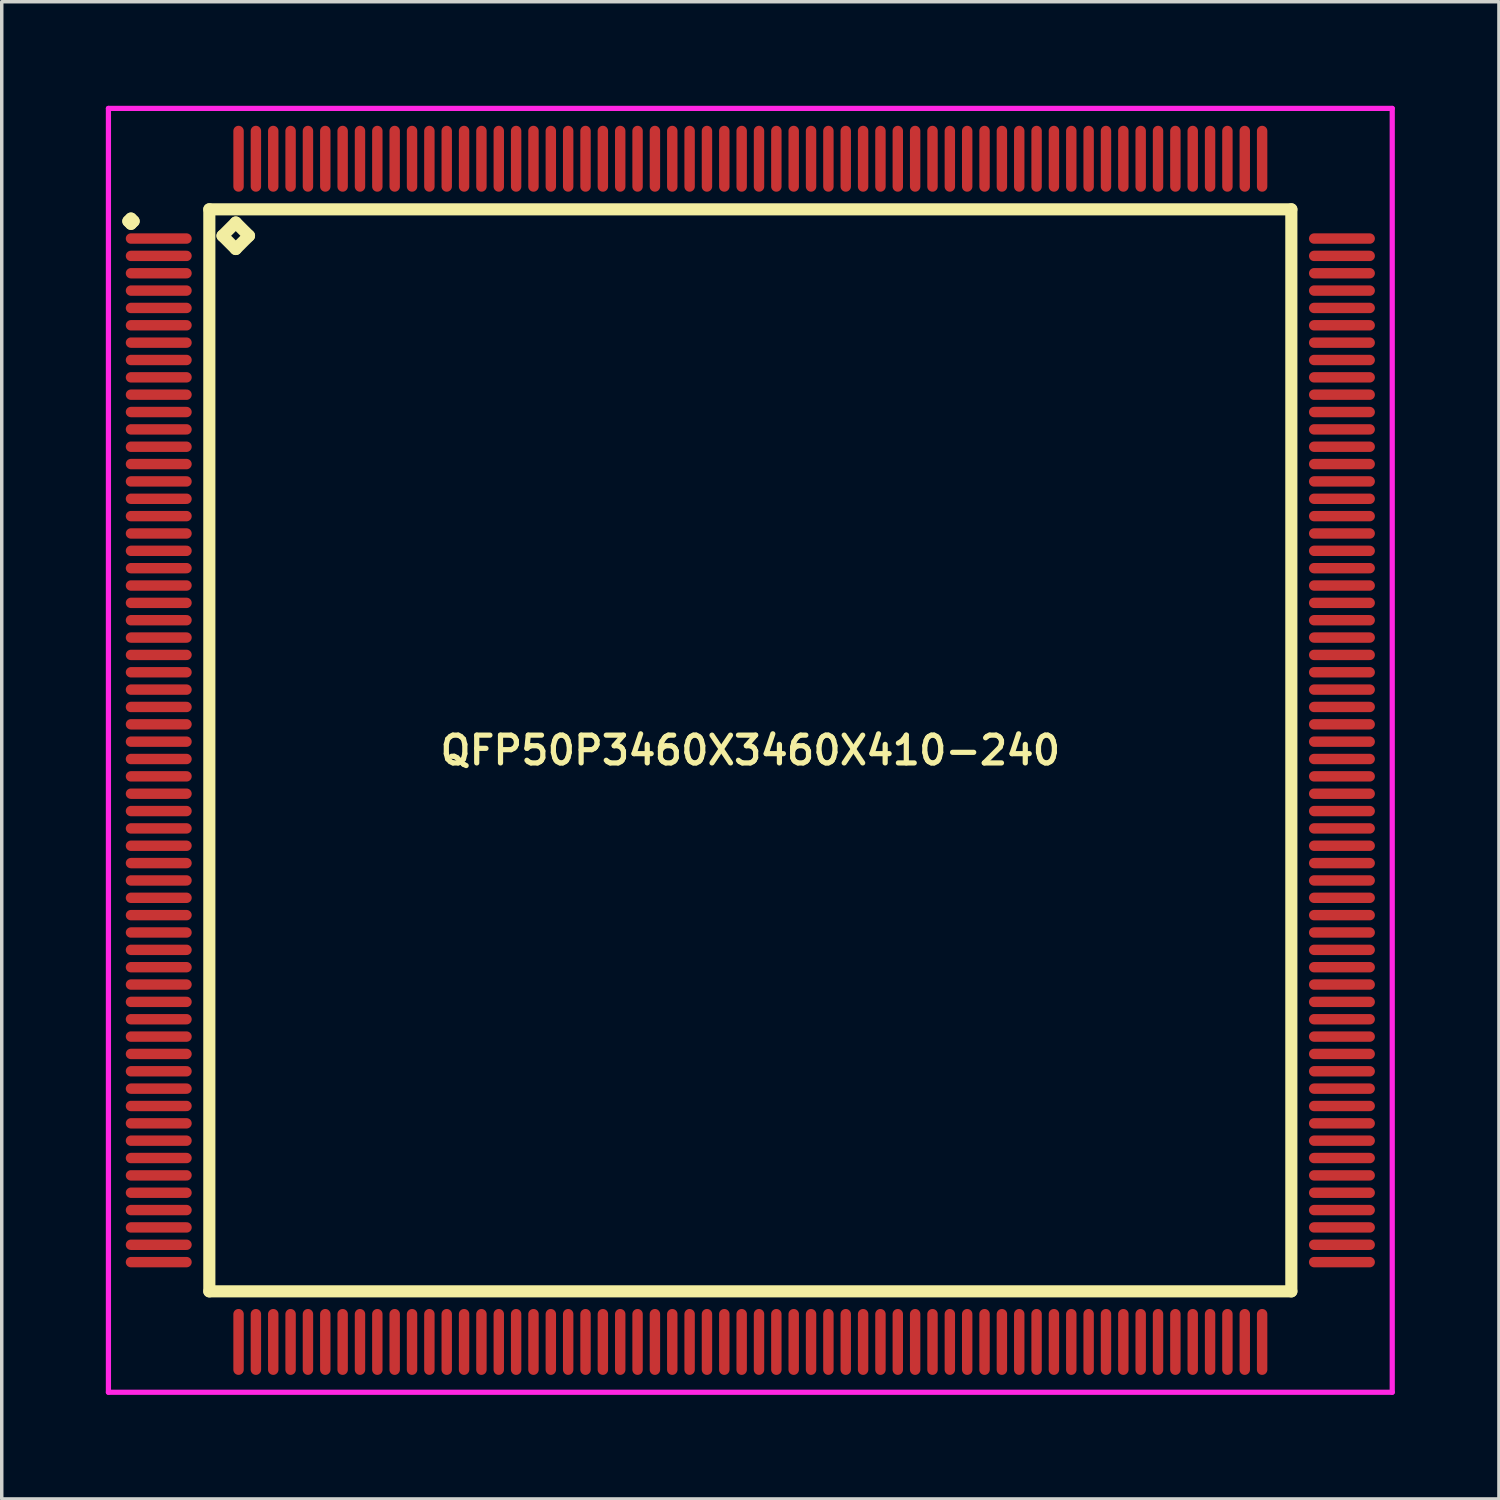
<source format=kicad_pcb>
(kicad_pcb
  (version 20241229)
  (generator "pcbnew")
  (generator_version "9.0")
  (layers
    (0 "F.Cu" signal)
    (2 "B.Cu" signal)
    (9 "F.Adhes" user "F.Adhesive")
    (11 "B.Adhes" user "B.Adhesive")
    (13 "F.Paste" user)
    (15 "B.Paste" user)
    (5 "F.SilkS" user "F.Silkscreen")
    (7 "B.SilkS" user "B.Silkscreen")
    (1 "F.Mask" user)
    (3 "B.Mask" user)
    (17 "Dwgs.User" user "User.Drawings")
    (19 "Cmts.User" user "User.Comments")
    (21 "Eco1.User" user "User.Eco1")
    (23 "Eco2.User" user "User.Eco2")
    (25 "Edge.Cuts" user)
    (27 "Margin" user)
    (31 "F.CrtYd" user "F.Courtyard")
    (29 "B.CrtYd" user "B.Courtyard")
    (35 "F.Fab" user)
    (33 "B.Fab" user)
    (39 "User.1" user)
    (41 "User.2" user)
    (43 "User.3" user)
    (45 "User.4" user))
  (footprint "QFP50P3460X3460X410-240"
    (layer "F.Cu")
    (at 18.575 18.575)
    (property "Reference" "QFP50P3460X3460X410-240" (at 0 0 0) (layer "F.SilkS") (effects (font (size 0.8 0.8) (thickness 0.15))))
    (attr through_hole)
    (fp_line (start -17.925 -15.25) (end -17.85 -15.325) (stroke (width 0.35) (type solid)) (layer "F.SilkS"))
    (fp_line (start -17.85 -15.325) (end -17.775 -15.25) (stroke (width 0.35) (type solid)) (layer "F.SilkS"))
    (fp_line (start -17.85 -15.175) (end -17.925 -15.25) (stroke (width 0.35) (type solid)) (layer "F.SilkS"))
    (fp_line (start -17.775 -15.25) (end -17.85 -15.175) (stroke (width 0.35) (type solid)) (layer "F.SilkS"))
    (fp_line (start -15.592 -15.592) (end -15.592 15.592) (stroke (width 0.35) (type solid)) (layer "F.SilkS"))
    (fp_line (start -15.592 15.592) (end 15.592 15.592) (stroke (width 0.35) (type solid)) (layer "F.SilkS"))
    (fp_line (start -15.211 -14.83) (end -14.83 -15.211) (stroke (width 0.35) (type solid)) (layer "F.SilkS"))
    (fp_line (start -14.83 -15.211) (end -14.449 -14.83) (stroke (width 0.35) (type solid)) (layer "F.SilkS"))
    (fp_line (start -14.83 -14.449) (end -15.211 -14.83) (stroke (width 0.35) (type solid)) (layer "F.SilkS"))
    (fp_line (start -14.449 -14.83) (end -14.83 -14.449) (stroke (width 0.35) (type solid)) (layer "F.SilkS"))
    (fp_line (start 15.592 -15.592) (end -15.592 -15.592) (stroke (width 0.35) (type solid)) (layer "F.SilkS"))
    (fp_line (start 15.592 15.592) (end 15.592 -15.592) (stroke (width 0.35) (type solid)) (layer "F.SilkS"))
    (fp_line (start -18.5 -18.5) (end 18.5 -18.5) (stroke (width 0.15) (type solid)) (layer "F.CrtYd"))
    (fp_line (start -18.5 18.5) (end -18.5 -18.5) (stroke (width 0.15) (type solid)) (layer "F.CrtYd"))
    (fp_line (start 18.5 -18.5) (end 18.5 18.5) (stroke (width 0.15) (type solid)) (layer "F.CrtYd"))
    (fp_line (start 18.5 18.5) (end -18.5 18.5) (stroke (width 0.15) (type solid)) (layer "F.CrtYd"))
    (pad "1" smd oval (at -17.05 -14.75) (size 1.9 0.3) (layers "F.Cu" "F.Mask" "F.Paste"))
    (pad "2" smd oval (at -17.05 -14.25) (size 1.9 0.3) (layers "F.Cu" "F.Mask" "F.Paste"))
    (pad "3" smd oval (at -17.05 -13.75) (size 1.9 0.3) (layers "F.Cu" "F.Mask" "F.Paste"))
    (pad "4" smd oval (at -17.05 -13.25) (size 1.9 0.3) (layers "F.Cu" "F.Mask" "F.Paste"))
    (pad "5" smd oval (at -17.05 -12.75) (size 1.9 0.3) (layers "F.Cu" "F.Mask" "F.Paste"))
    (pad "6" smd oval (at -17.05 -12.25) (size 1.9 0.3) (layers "F.Cu" "F.Mask" "F.Paste"))
    (pad "7" smd oval (at -17.05 -11.75) (size 1.9 0.3) (layers "F.Cu" "F.Mask" "F.Paste"))
    (pad "8" smd oval (at -17.05 -11.25) (size 1.9 0.3) (layers "F.Cu" "F.Mask" "F.Paste"))
    (pad "9" smd oval (at -17.05 -10.75) (size 1.9 0.3) (layers "F.Cu" "F.Mask" "F.Paste"))
    (pad "10" smd oval (at -17.05 -10.25) (size 1.9 0.3) (layers "F.Cu" "F.Mask" "F.Paste"))
    (pad "11" smd oval (at -17.05 -9.75) (size 1.9 0.3) (layers "F.Cu" "F.Mask" "F.Paste"))
    (pad "12" smd oval (at -17.05 -9.25) (size 1.9 0.3) (layers "F.Cu" "F.Mask" "F.Paste"))
    (pad "13" smd oval (at -17.05 -8.75) (size 1.9 0.3) (layers "F.Cu" "F.Mask" "F.Paste"))
    (pad "14" smd oval (at -17.05 -8.25) (size 1.9 0.3) (layers "F.Cu" "F.Mask" "F.Paste"))
    (pad "15" smd oval (at -17.05 -7.75) (size 1.9 0.3) (layers "F.Cu" "F.Mask" "F.Paste"))
    (pad "16" smd oval (at -17.05 -7.25) (size 1.9 0.3) (layers "F.Cu" "F.Mask" "F.Paste"))
    (pad "17" smd oval (at -17.05 -6.75) (size 1.9 0.3) (layers "F.Cu" "F.Mask" "F.Paste"))
    (pad "18" smd oval (at -17.05 -6.25) (size 1.9 0.3) (layers "F.Cu" "F.Mask" "F.Paste"))
    (pad "19" smd oval (at -17.05 -5.75) (size 1.9 0.3) (layers "F.Cu" "F.Mask" "F.Paste"))
    (pad "20" smd oval (at -17.05 -5.25) (size 1.9 0.3) (layers "F.Cu" "F.Mask" "F.Paste"))
    (pad "21" smd oval (at -17.05 -4.75) (size 1.9 0.3) (layers "F.Cu" "F.Mask" "F.Paste"))
    (pad "22" smd oval (at -17.05 -4.25) (size 1.9 0.3) (layers "F.Cu" "F.Mask" "F.Paste"))
    (pad "23" smd oval (at -17.05 -3.75) (size 1.9 0.3) (layers "F.Cu" "F.Mask" "F.Paste"))
    (pad "24" smd oval (at -17.05 -3.25) (size 1.9 0.3) (layers "F.Cu" "F.Mask" "F.Paste"))
    (pad "25" smd oval (at -17.05 -2.75) (size 1.9 0.3) (layers "F.Cu" "F.Mask" "F.Paste"))
    (pad "26" smd oval (at -17.05 -2.25) (size 1.9 0.3) (layers "F.Cu" "F.Mask" "F.Paste"))
    (pad "27" smd oval (at -17.05 -1.75) (size 1.9 0.3) (layers "F.Cu" "F.Mask" "F.Paste"))
    (pad "28" smd oval (at -17.05 -1.25) (size 1.9 0.3) (layers "F.Cu" "F.Mask" "F.Paste"))
    (pad "29" smd oval (at -17.05 -0.75) (size 1.9 0.3) (layers "F.Cu" "F.Mask" "F.Paste"))
    (pad "30" smd oval (at -17.05 -0.25) (size 1.9 0.3) (layers "F.Cu" "F.Mask" "F.Paste"))
    (pad "31" smd oval (at -17.05 0.25) (size 1.9 0.3) (layers "F.Cu" "F.Mask" "F.Paste"))
    (pad "32" smd oval (at -17.05 0.75) (size 1.9 0.3) (layers "F.Cu" "F.Mask" "F.Paste"))
    (pad "33" smd oval (at -17.05 1.25) (size 1.9 0.3) (layers "F.Cu" "F.Mask" "F.Paste"))
    (pad "34" smd oval (at -17.05 1.75) (size 1.9 0.3) (layers "F.Cu" "F.Mask" "F.Paste"))
    (pad "35" smd oval (at -17.05 2.25) (size 1.9 0.3) (layers "F.Cu" "F.Mask" "F.Paste"))
    (pad "36" smd oval (at -17.05 2.75) (size 1.9 0.3) (layers "F.Cu" "F.Mask" "F.Paste"))
    (pad "37" smd oval (at -17.05 3.25) (size 1.9 0.3) (layers "F.Cu" "F.Mask" "F.Paste"))
    (pad "38" smd oval (at -17.05 3.75) (size 1.9 0.3) (layers "F.Cu" "F.Mask" "F.Paste"))
    (pad "39" smd oval (at -17.05 4.25) (size 1.9 0.3) (layers "F.Cu" "F.Mask" "F.Paste"))
    (pad "40" smd oval (at -17.05 4.75) (size 1.9 0.3) (layers "F.Cu" "F.Mask" "F.Paste"))
    (pad "41" smd oval (at -17.05 5.25) (size 1.9 0.3) (layers "F.Cu" "F.Mask" "F.Paste"))
    (pad "42" smd oval (at -17.05 5.75) (size 1.9 0.3) (layers "F.Cu" "F.Mask" "F.Paste"))
    (pad "43" smd oval (at -17.05 6.25) (size 1.9 0.3) (layers "F.Cu" "F.Mask" "F.Paste"))
    (pad "44" smd oval (at -17.05 6.75) (size 1.9 0.3) (layers "F.Cu" "F.Mask" "F.Paste"))
    (pad "45" smd oval (at -17.05 7.25) (size 1.9 0.3) (layers "F.Cu" "F.Mask" "F.Paste"))
    (pad "46" smd oval (at -17.05 7.75) (size 1.9 0.3) (layers "F.Cu" "F.Mask" "F.Paste"))
    (pad "47" smd oval (at -17.05 8.25) (size 1.9 0.3) (layers "F.Cu" "F.Mask" "F.Paste"))
    (pad "48" smd oval (at -17.05 8.75) (size 1.9 0.3) (layers "F.Cu" "F.Mask" "F.Paste"))
    (pad "49" smd oval (at -17.05 9.25) (size 1.9 0.3) (layers "F.Cu" "F.Mask" "F.Paste"))
    (pad "50" smd oval (at -17.05 9.75) (size 1.9 0.3) (layers "F.Cu" "F.Mask" "F.Paste"))
    (pad "51" smd oval (at -17.05 10.25) (size 1.9 0.3) (layers "F.Cu" "F.Mask" "F.Paste"))
    (pad "52" smd oval (at -17.05 10.75) (size 1.9 0.3) (layers "F.Cu" "F.Mask" "F.Paste"))
    (pad "53" smd oval (at -17.05 11.25) (size 1.9 0.3) (layers "F.Cu" "F.Mask" "F.Paste"))
    (pad "54" smd oval (at -17.05 11.75) (size 1.9 0.3) (layers "F.Cu" "F.Mask" "F.Paste"))
    (pad "55" smd oval (at -17.05 12.25) (size 1.9 0.3) (layers "F.Cu" "F.Mask" "F.Paste"))
    (pad "56" smd oval (at -17.05 12.75) (size 1.9 0.3) (layers "F.Cu" "F.Mask" "F.Paste"))
    (pad "57" smd oval (at -17.05 13.25) (size 1.9 0.3) (layers "F.Cu" "F.Mask" "F.Paste"))
    (pad "58" smd oval (at -17.05 13.75) (size 1.9 0.3) (layers "F.Cu" "F.Mask" "F.Paste"))
    (pad "59" smd oval (at -17.05 14.25) (size 1.9 0.3) (layers "F.Cu" "F.Mask" "F.Paste"))
    (pad "60" smd oval (at -17.05 14.75) (size 1.9 0.3) (layers "F.Cu" "F.Mask" "F.Paste"))
    (pad "61" smd oval (at -14.75 17.05) (size 0.3 1.9) (layers "F.Cu" "F.Mask" "F.Paste"))
    (pad "62" smd oval (at -14.25 17.05) (size 0.3 1.9) (layers "F.Cu" "F.Mask" "F.Paste"))
    (pad "63" smd oval (at -13.75 17.05) (size 0.3 1.9) (layers "F.Cu" "F.Mask" "F.Paste"))
    (pad "64" smd oval (at -13.25 17.05) (size 0.3 1.9) (layers "F.Cu" "F.Mask" "F.Paste"))
    (pad "65" smd oval (at -12.75 17.05) (size 0.3 1.9) (layers "F.Cu" "F.Mask" "F.Paste"))
    (pad "66" smd oval (at -12.25 17.05) (size 0.3 1.9) (layers "F.Cu" "F.Mask" "F.Paste"))
    (pad "67" smd oval (at -11.75 17.05) (size 0.3 1.9) (layers "F.Cu" "F.Mask" "F.Paste"))
    (pad "68" smd oval (at -11.25 17.05) (size 0.3 1.9) (layers "F.Cu" "F.Mask" "F.Paste"))
    (pad "69" smd oval (at -10.75 17.05) (size 0.3 1.9) (layers "F.Cu" "F.Mask" "F.Paste"))
    (pad "70" smd oval (at -10.25 17.05) (size 0.3 1.9) (layers "F.Cu" "F.Mask" "F.Paste"))
    (pad "71" smd oval (at -9.75 17.05) (size 0.3 1.9) (layers "F.Cu" "F.Mask" "F.Paste"))
    (pad "72" smd oval (at -9.25 17.05) (size 0.3 1.9) (layers "F.Cu" "F.Mask" "F.Paste"))
    (pad "73" smd oval (at -8.75 17.05) (size 0.3 1.9) (layers "F.Cu" "F.Mask" "F.Paste"))
    (pad "74" smd oval (at -8.25 17.05) (size 0.3 1.9) (layers "F.Cu" "F.Mask" "F.Paste"))
    (pad "75" smd oval (at -7.75 17.05) (size 0.3 1.9) (layers "F.Cu" "F.Mask" "F.Paste"))
    (pad "76" smd oval (at -7.25 17.05) (size 0.3 1.9) (layers "F.Cu" "F.Mask" "F.Paste"))
    (pad "77" smd oval (at -6.75 17.05) (size 0.3 1.9) (layers "F.Cu" "F.Mask" "F.Paste"))
    (pad "78" smd oval (at -6.25 17.05) (size 0.3 1.9) (layers "F.Cu" "F.Mask" "F.Paste"))
    (pad "79" smd oval (at -5.75 17.05) (size 0.3 1.9) (layers "F.Cu" "F.Mask" "F.Paste"))
    (pad "80" smd oval (at -5.25 17.05) (size 0.3 1.9) (layers "F.Cu" "F.Mask" "F.Paste"))
    (pad "81" smd oval (at -4.75 17.05) (size 0.3 1.9) (layers "F.Cu" "F.Mask" "F.Paste"))
    (pad "82" smd oval (at -4.25 17.05) (size 0.3 1.9) (layers "F.Cu" "F.Mask" "F.Paste"))
    (pad "83" smd oval (at -3.75 17.05) (size 0.3 1.9) (layers "F.Cu" "F.Mask" "F.Paste"))
    (pad "84" smd oval (at -3.25 17.05) (size 0.3 1.9) (layers "F.Cu" "F.Mask" "F.Paste"))
    (pad "85" smd oval (at -2.75 17.05) (size 0.3 1.9) (layers "F.Cu" "F.Mask" "F.Paste"))
    (pad "86" smd oval (at -2.25 17.05) (size 0.3 1.9) (layers "F.Cu" "F.Mask" "F.Paste"))
    (pad "87" smd oval (at -1.75 17.05) (size 0.3 1.9) (layers "F.Cu" "F.Mask" "F.Paste"))
    (pad "88" smd oval (at -1.25 17.05) (size 0.3 1.9) (layers "F.Cu" "F.Mask" "F.Paste"))
    (pad "89" smd oval (at -0.75 17.05) (size 0.3 1.9) (layers "F.Cu" "F.Mask" "F.Paste"))
    (pad "90" smd oval (at -0.25 17.05) (size 0.3 1.9) (layers "F.Cu" "F.Mask" "F.Paste"))
    (pad "91" smd oval (at 0.25 17.05) (size 0.3 1.9) (layers "F.Cu" "F.Mask" "F.Paste"))
    (pad "92" smd oval (at 0.75 17.05) (size 0.3 1.9) (layers "F.Cu" "F.Mask" "F.Paste"))
    (pad "93" smd oval (at 1.25 17.05) (size 0.3 1.9) (layers "F.Cu" "F.Mask" "F.Paste"))
    (pad "94" smd oval (at 1.75 17.05) (size 0.3 1.9) (layers "F.Cu" "F.Mask" "F.Paste"))
    (pad "95" smd oval (at 2.25 17.05) (size 0.3 1.9) (layers "F.Cu" "F.Mask" "F.Paste"))
    (pad "96" smd oval (at 2.75 17.05) (size 0.3 1.9) (layers "F.Cu" "F.Mask" "F.Paste"))
    (pad "97" smd oval (at 3.25 17.05) (size 0.3 1.9) (layers "F.Cu" "F.Mask" "F.Paste"))
    (pad "98" smd oval (at 3.75 17.05) (size 0.3 1.9) (layers "F.Cu" "F.Mask" "F.Paste"))
    (pad "99" smd oval (at 4.25 17.05) (size 0.3 1.9) (layers "F.Cu" "F.Mask" "F.Paste"))
    (pad "100" smd oval (at 4.75 17.05) (size 0.3 1.9) (layers "F.Cu" "F.Mask" "F.Paste"))
    (pad "101" smd oval (at 5.25 17.05) (size 0.3 1.9) (layers "F.Cu" "F.Mask" "F.Paste"))
    (pad "102" smd oval (at 5.75 17.05) (size 0.3 1.9) (layers "F.Cu" "F.Mask" "F.Paste"))
    (pad "103" smd oval (at 6.25 17.05) (size 0.3 1.9) (layers "F.Cu" "F.Mask" "F.Paste"))
    (pad "104" smd oval (at 6.75 17.05) (size 0.3 1.9) (layers "F.Cu" "F.Mask" "F.Paste"))
    (pad "105" smd oval (at 7.25 17.05) (size 0.3 1.9) (layers "F.Cu" "F.Mask" "F.Paste"))
    (pad "106" smd oval (at 7.75 17.05) (size 0.3 1.9) (layers "F.Cu" "F.Mask" "F.Paste"))
    (pad "107" smd oval (at 8.25 17.05) (size 0.3 1.9) (layers "F.Cu" "F.Mask" "F.Paste"))
    (pad "108" smd oval (at 8.75 17.05) (size 0.3 1.9) (layers "F.Cu" "F.Mask" "F.Paste"))
    (pad "109" smd oval (at 9.25 17.05) (size 0.3 1.9) (layers "F.Cu" "F.Mask" "F.Paste"))
    (pad "110" smd oval (at 9.75 17.05) (size 0.3 1.9) (layers "F.Cu" "F.Mask" "F.Paste"))
    (pad "111" smd oval (at 10.25 17.05) (size 0.3 1.9) (layers "F.Cu" "F.Mask" "F.Paste"))
    (pad "112" smd oval (at 10.75 17.05) (size 0.3 1.9) (layers "F.Cu" "F.Mask" "F.Paste"))
    (pad "113" smd oval (at 11.25 17.05) (size 0.3 1.9) (layers "F.Cu" "F.Mask" "F.Paste"))
    (pad "114" smd oval (at 11.75 17.05) (size 0.3 1.9) (layers "F.Cu" "F.Mask" "F.Paste"))
    (pad "115" smd oval (at 12.25 17.05) (size 0.3 1.9) (layers "F.Cu" "F.Mask" "F.Paste"))
    (pad "116" smd oval (at 12.75 17.05) (size 0.3 1.9) (layers "F.Cu" "F.Mask" "F.Paste"))
    (pad "117" smd oval (at 13.25 17.05) (size 0.3 1.9) (layers "F.Cu" "F.Mask" "F.Paste"))
    (pad "118" smd oval (at 13.75 17.05) (size 0.3 1.9) (layers "F.Cu" "F.Mask" "F.Paste"))
    (pad "119" smd oval (at 14.25 17.05) (size 0.3 1.9) (layers "F.Cu" "F.Mask" "F.Paste"))
    (pad "120" smd oval (at 14.75 17.05) (size 0.3 1.9) (layers "F.Cu" "F.Mask" "F.Paste"))
    (pad "121" smd oval (at 17.05 14.75) (size 1.9 0.3) (layers "F.Cu" "F.Mask" "F.Paste"))
    (pad "122" smd oval (at 17.05 14.25) (size 1.9 0.3) (layers "F.Cu" "F.Mask" "F.Paste"))
    (pad "123" smd oval (at 17.05 13.75) (size 1.9 0.3) (layers "F.Cu" "F.Mask" "F.Paste"))
    (pad "124" smd oval (at 17.05 13.25) (size 1.9 0.3) (layers "F.Cu" "F.Mask" "F.Paste"))
    (pad "125" smd oval (at 17.05 12.75) (size 1.9 0.3) (layers "F.Cu" "F.Mask" "F.Paste"))
    (pad "126" smd oval (at 17.05 12.25) (size 1.9 0.3) (layers "F.Cu" "F.Mask" "F.Paste"))
    (pad "127" smd oval (at 17.05 11.75) (size 1.9 0.3) (layers "F.Cu" "F.Mask" "F.Paste"))
    (pad "128" smd oval (at 17.05 11.25) (size 1.9 0.3) (layers "F.Cu" "F.Mask" "F.Paste"))
    (pad "129" smd oval (at 17.05 10.75) (size 1.9 0.3) (layers "F.Cu" "F.Mask" "F.Paste"))
    (pad "130" smd oval (at 17.05 10.25) (size 1.9 0.3) (layers "F.Cu" "F.Mask" "F.Paste"))
    (pad "131" smd oval (at 17.05 9.75) (size 1.9 0.3) (layers "F.Cu" "F.Mask" "F.Paste"))
    (pad "132" smd oval (at 17.05 9.25) (size 1.9 0.3) (layers "F.Cu" "F.Mask" "F.Paste"))
    (pad "133" smd oval (at 17.05 8.75) (size 1.9 0.3) (layers "F.Cu" "F.Mask" "F.Paste"))
    (pad "134" smd oval (at 17.05 8.25) (size 1.9 0.3) (layers "F.Cu" "F.Mask" "F.Paste"))
    (pad "135" smd oval (at 17.05 7.75) (size 1.9 0.3) (layers "F.Cu" "F.Mask" "F.Paste"))
    (pad "136" smd oval (at 17.05 7.25) (size 1.9 0.3) (layers "F.Cu" "F.Mask" "F.Paste"))
    (pad "137" smd oval (at 17.05 6.75) (size 1.9 0.3) (layers "F.Cu" "F.Mask" "F.Paste"))
    (pad "138" smd oval (at 17.05 6.25) (size 1.9 0.3) (layers "F.Cu" "F.Mask" "F.Paste"))
    (pad "139" smd oval (at 17.05 5.75) (size 1.9 0.3) (layers "F.Cu" "F.Mask" "F.Paste"))
    (pad "140" smd oval (at 17.05 5.25) (size 1.9 0.3) (layers "F.Cu" "F.Mask" "F.Paste"))
    (pad "141" smd oval (at 17.05 4.75) (size 1.9 0.3) (layers "F.Cu" "F.Mask" "F.Paste"))
    (pad "142" smd oval (at 17.05 4.25) (size 1.9 0.3) (layers "F.Cu" "F.Mask" "F.Paste"))
    (pad "143" smd oval (at 17.05 3.75) (size 1.9 0.3) (layers "F.Cu" "F.Mask" "F.Paste"))
    (pad "144" smd oval (at 17.05 3.25) (size 1.9 0.3) (layers "F.Cu" "F.Mask" "F.Paste"))
    (pad "145" smd oval (at 17.05 2.75) (size 1.9 0.3) (layers "F.Cu" "F.Mask" "F.Paste"))
    (pad "146" smd oval (at 17.05 2.25) (size 1.9 0.3) (layers "F.Cu" "F.Mask" "F.Paste"))
    (pad "147" smd oval (at 17.05 1.75) (size 1.9 0.3) (layers "F.Cu" "F.Mask" "F.Paste"))
    (pad "148" smd oval (at 17.05 1.25) (size 1.9 0.3) (layers "F.Cu" "F.Mask" "F.Paste"))
    (pad "149" smd oval (at 17.05 0.75) (size 1.9 0.3) (layers "F.Cu" "F.Mask" "F.Paste"))
    (pad "150" smd oval (at 17.05 0.25) (size 1.9 0.3) (layers "F.Cu" "F.Mask" "F.Paste"))
    (pad "151" smd oval (at 17.05 -0.25) (size 1.9 0.3) (layers "F.Cu" "F.Mask" "F.Paste"))
    (pad "152" smd oval (at 17.05 -0.75) (size 1.9 0.3) (layers "F.Cu" "F.Mask" "F.Paste"))
    (pad "153" smd oval (at 17.05 -1.25) (size 1.9 0.3) (layers "F.Cu" "F.Mask" "F.Paste"))
    (pad "154" smd oval (at 17.05 -1.75) (size 1.9 0.3) (layers "F.Cu" "F.Mask" "F.Paste"))
    (pad "155" smd oval (at 17.05 -2.25) (size 1.9 0.3) (layers "F.Cu" "F.Mask" "F.Paste"))
    (pad "156" smd oval (at 17.05 -2.75) (size 1.9 0.3) (layers "F.Cu" "F.Mask" "F.Paste"))
    (pad "157" smd oval (at 17.05 -3.25) (size 1.9 0.3) (layers "F.Cu" "F.Mask" "F.Paste"))
    (pad "158" smd oval (at 17.05 -3.75) (size 1.9 0.3) (layers "F.Cu" "F.Mask" "F.Paste"))
    (pad "159" smd oval (at 17.05 -4.25) (size 1.9 0.3) (layers "F.Cu" "F.Mask" "F.Paste"))
    (pad "160" smd oval (at 17.05 -4.75) (size 1.9 0.3) (layers "F.Cu" "F.Mask" "F.Paste"))
    (pad "161" smd oval (at 17.05 -5.25) (size 1.9 0.3) (layers "F.Cu" "F.Mask" "F.Paste"))
    (pad "162" smd oval (at 17.05 -5.75) (size 1.9 0.3) (layers "F.Cu" "F.Mask" "F.Paste"))
    (pad "163" smd oval (at 17.05 -6.25) (size 1.9 0.3) (layers "F.Cu" "F.Mask" "F.Paste"))
    (pad "164" smd oval (at 17.05 -6.75) (size 1.9 0.3) (layers "F.Cu" "F.Mask" "F.Paste"))
    (pad "165" smd oval (at 17.05 -7.25) (size 1.9 0.3) (layers "F.Cu" "F.Mask" "F.Paste"))
    (pad "166" smd oval (at 17.05 -7.75) (size 1.9 0.3) (layers "F.Cu" "F.Mask" "F.Paste"))
    (pad "167" smd oval (at 17.05 -8.25) (size 1.9 0.3) (layers "F.Cu" "F.Mask" "F.Paste"))
    (pad "168" smd oval (at 17.05 -8.75) (size 1.9 0.3) (layers "F.Cu" "F.Mask" "F.Paste"))
    (pad "169" smd oval (at 17.05 -9.25) (size 1.9 0.3) (layers "F.Cu" "F.Mask" "F.Paste"))
    (pad "170" smd oval (at 17.05 -9.75) (size 1.9 0.3) (layers "F.Cu" "F.Mask" "F.Paste"))
    (pad "171" smd oval (at 17.05 -10.25) (size 1.9 0.3) (layers "F.Cu" "F.Mask" "F.Paste"))
    (pad "172" smd oval (at 17.05 -10.75) (size 1.9 0.3) (layers "F.Cu" "F.Mask" "F.Paste"))
    (pad "173" smd oval (at 17.05 -11.25) (size 1.9 0.3) (layers "F.Cu" "F.Mask" "F.Paste"))
    (pad "174" smd oval (at 17.05 -11.75) (size 1.9 0.3) (layers "F.Cu" "F.Mask" "F.Paste"))
    (pad "175" smd oval (at 17.05 -12.25) (size 1.9 0.3) (layers "F.Cu" "F.Mask" "F.Paste"))
    (pad "176" smd oval (at 17.05 -12.75) (size 1.9 0.3) (layers "F.Cu" "F.Mask" "F.Paste"))
    (pad "177" smd oval (at 17.05 -13.25) (size 1.9 0.3) (layers "F.Cu" "F.Mask" "F.Paste"))
    (pad "178" smd oval (at 17.05 -13.75) (size 1.9 0.3) (layers "F.Cu" "F.Mask" "F.Paste"))
    (pad "179" smd oval (at 17.05 -14.25) (size 1.9 0.3) (layers "F.Cu" "F.Mask" "F.Paste"))
    (pad "180" smd oval (at 17.05 -14.75) (size 1.9 0.3) (layers "F.Cu" "F.Mask" "F.Paste"))
    (pad "181" smd oval (at 14.75 -17.05) (size 0.3 1.9) (layers "F.Cu" "F.Mask" "F.Paste"))
    (pad "182" smd oval (at 14.25 -17.05) (size 0.3 1.9) (layers "F.Cu" "F.Mask" "F.Paste"))
    (pad "183" smd oval (at 13.75 -17.05) (size 0.3 1.9) (layers "F.Cu" "F.Mask" "F.Paste"))
    (pad "184" smd oval (at 13.25 -17.05) (size 0.3 1.9) (layers "F.Cu" "F.Mask" "F.Paste"))
    (pad "185" smd oval (at 12.75 -17.05) (size 0.3 1.9) (layers "F.Cu" "F.Mask" "F.Paste"))
    (pad "186" smd oval (at 12.25 -17.05) (size 0.3 1.9) (layers "F.Cu" "F.Mask" "F.Paste"))
    (pad "187" smd oval (at 11.75 -17.05) (size 0.3 1.9) (layers "F.Cu" "F.Mask" "F.Paste"))
    (pad "188" smd oval (at 11.25 -17.05) (size 0.3 1.9) (layers "F.Cu" "F.Mask" "F.Paste"))
    (pad "189" smd oval (at 10.75 -17.05) (size 0.3 1.9) (layers "F.Cu" "F.Mask" "F.Paste"))
    (pad "190" smd oval (at 10.25 -17.05) (size 0.3 1.9) (layers "F.Cu" "F.Mask" "F.Paste"))
    (pad "191" smd oval (at 9.75 -17.05) (size 0.3 1.9) (layers "F.Cu" "F.Mask" "F.Paste"))
    (pad "192" smd oval (at 9.25 -17.05) (size 0.3 1.9) (layers "F.Cu" "F.Mask" "F.Paste"))
    (pad "193" smd oval (at 8.75 -17.05) (size 0.3 1.9) (layers "F.Cu" "F.Mask" "F.Paste"))
    (pad "194" smd oval (at 8.25 -17.05) (size 0.3 1.9) (layers "F.Cu" "F.Mask" "F.Paste"))
    (pad "195" smd oval (at 7.75 -17.05) (size 0.3 1.9) (layers "F.Cu" "F.Mask" "F.Paste"))
    (pad "196" smd oval (at 7.25 -17.05) (size 0.3 1.9) (layers "F.Cu" "F.Mask" "F.Paste"))
    (pad "197" smd oval (at 6.75 -17.05) (size 0.3 1.9) (layers "F.Cu" "F.Mask" "F.Paste"))
    (pad "198" smd oval (at 6.25 -17.05) (size 0.3 1.9) (layers "F.Cu" "F.Mask" "F.Paste"))
    (pad "199" smd oval (at 5.75 -17.05) (size 0.3 1.9) (layers "F.Cu" "F.Mask" "F.Paste"))
    (pad "200" smd oval (at 5.25 -17.05) (size 0.3 1.9) (layers "F.Cu" "F.Mask" "F.Paste"))
    (pad "201" smd oval (at 4.75 -17.05) (size 0.3 1.9) (layers "F.Cu" "F.Mask" "F.Paste"))
    (pad "202" smd oval (at 4.25 -17.05) (size 0.3 1.9) (layers "F.Cu" "F.Mask" "F.Paste"))
    (pad "203" smd oval (at 3.75 -17.05) (size 0.3 1.9) (layers "F.Cu" "F.Mask" "F.Paste"))
    (pad "204" smd oval (at 3.25 -17.05) (size 0.3 1.9) (layers "F.Cu" "F.Mask" "F.Paste"))
    (pad "205" smd oval (at 2.75 -17.05) (size 0.3 1.9) (layers "F.Cu" "F.Mask" "F.Paste"))
    (pad "206" smd oval (at 2.25 -17.05) (size 0.3 1.9) (layers "F.Cu" "F.Mask" "F.Paste"))
    (pad "207" smd oval (at 1.75 -17.05) (size 0.3 1.9) (layers "F.Cu" "F.Mask" "F.Paste"))
    (pad "208" smd oval (at 1.25 -17.05) (size 0.3 1.9) (layers "F.Cu" "F.Mask" "F.Paste"))
    (pad "209" smd oval (at 0.75 -17.05) (size 0.3 1.9) (layers "F.Cu" "F.Mask" "F.Paste"))
    (pad "210" smd oval (at 0.25 -17.05) (size 0.3 1.9) (layers "F.Cu" "F.Mask" "F.Paste"))
    (pad "211" smd oval (at -0.25 -17.05) (size 0.3 1.9) (layers "F.Cu" "F.Mask" "F.Paste"))
    (pad "212" smd oval (at -0.75 -17.05) (size 0.3 1.9) (layers "F.Cu" "F.Mask" "F.Paste"))
    (pad "213" smd oval (at -1.25 -17.05) (size 0.3 1.9) (layers "F.Cu" "F.Mask" "F.Paste"))
    (pad "214" smd oval (at -1.75 -17.05) (size 0.3 1.9) (layers "F.Cu" "F.Mask" "F.Paste"))
    (pad "215" smd oval (at -2.25 -17.05) (size 0.3 1.9) (layers "F.Cu" "F.Mask" "F.Paste"))
    (pad "216" smd oval (at -2.75 -17.05) (size 0.3 1.9) (layers "F.Cu" "F.Mask" "F.Paste"))
    (pad "217" smd oval (at -3.25 -17.05) (size 0.3 1.9) (layers "F.Cu" "F.Mask" "F.Paste"))
    (pad "218" smd oval (at -3.75 -17.05) (size 0.3 1.9) (layers "F.Cu" "F.Mask" "F.Paste"))
    (pad "219" smd oval (at -4.25 -17.05) (size 0.3 1.9) (layers "F.Cu" "F.Mask" "F.Paste"))
    (pad "220" smd oval (at -4.75 -17.05) (size 0.3 1.9) (layers "F.Cu" "F.Mask" "F.Paste"))
    (pad "221" smd oval (at -5.25 -17.05) (size 0.3 1.9) (layers "F.Cu" "F.Mask" "F.Paste"))
    (pad "222" smd oval (at -5.75 -17.05) (size 0.3 1.9) (layers "F.Cu" "F.Mask" "F.Paste"))
    (pad "223" smd oval (at -6.25 -17.05) (size 0.3 1.9) (layers "F.Cu" "F.Mask" "F.Paste"))
    (pad "224" smd oval (at -6.75 -17.05) (size 0.3 1.9) (layers "F.Cu" "F.Mask" "F.Paste"))
    (pad "225" smd oval (at -7.25 -17.05) (size 0.3 1.9) (layers "F.Cu" "F.Mask" "F.Paste"))
    (pad "226" smd oval (at -7.75 -17.05) (size 0.3 1.9) (layers "F.Cu" "F.Mask" "F.Paste"))
    (pad "227" smd oval (at -8.25 -17.05) (size 0.3 1.9) (layers "F.Cu" "F.Mask" "F.Paste"))
    (pad "228" smd oval (at -8.75 -17.05) (size 0.3 1.9) (layers "F.Cu" "F.Mask" "F.Paste"))
    (pad "229" smd oval (at -9.25 -17.05) (size 0.3 1.9) (layers "F.Cu" "F.Mask" "F.Paste"))
    (pad "230" smd oval (at -9.75 -17.05) (size 0.3 1.9) (layers "F.Cu" "F.Mask" "F.Paste"))
    (pad "231" smd oval (at -10.25 -17.05) (size 0.3 1.9) (layers "F.Cu" "F.Mask" "F.Paste"))
    (pad "232" smd oval (at -10.75 -17.05) (size 0.3 1.9) (layers "F.Cu" "F.Mask" "F.Paste"))
    (pad "233" smd oval (at -11.25 -17.05) (size 0.3 1.9) (layers "F.Cu" "F.Mask" "F.Paste"))
    (pad "234" smd oval (at -11.75 -17.05) (size 0.3 1.9) (layers "F.Cu" "F.Mask" "F.Paste"))
    (pad "235" smd oval (at -12.25 -17.05) (size 0.3 1.9) (layers "F.Cu" "F.Mask" "F.Paste"))
    (pad "236" smd oval (at -12.75 -17.05) (size 0.3 1.9) (layers "F.Cu" "F.Mask" "F.Paste"))
    (pad "237" smd oval (at -13.25 -17.05) (size 0.3 1.9) (layers "F.Cu" "F.Mask" "F.Paste"))
    (pad "238" smd oval (at -13.75 -17.05) (size 0.3 1.9) (layers "F.Cu" "F.Mask" "F.Paste"))
    (pad "239" smd oval (at -14.25 -17.05) (size 0.3 1.9) (layers "F.Cu" "F.Mask" "F.Paste"))
    (pad "240" smd oval (at -14.75 -17.05) (size 0.3 1.9) (layers "F.Cu" "F.Mask" "F.Paste")))
  (gr_rect
    (start -3 -3)
    (end 40.15 40.15)
    (stroke (width 0.1) (type default))
    (fill no)
    (layer "Edge.Cuts")))
</source>
